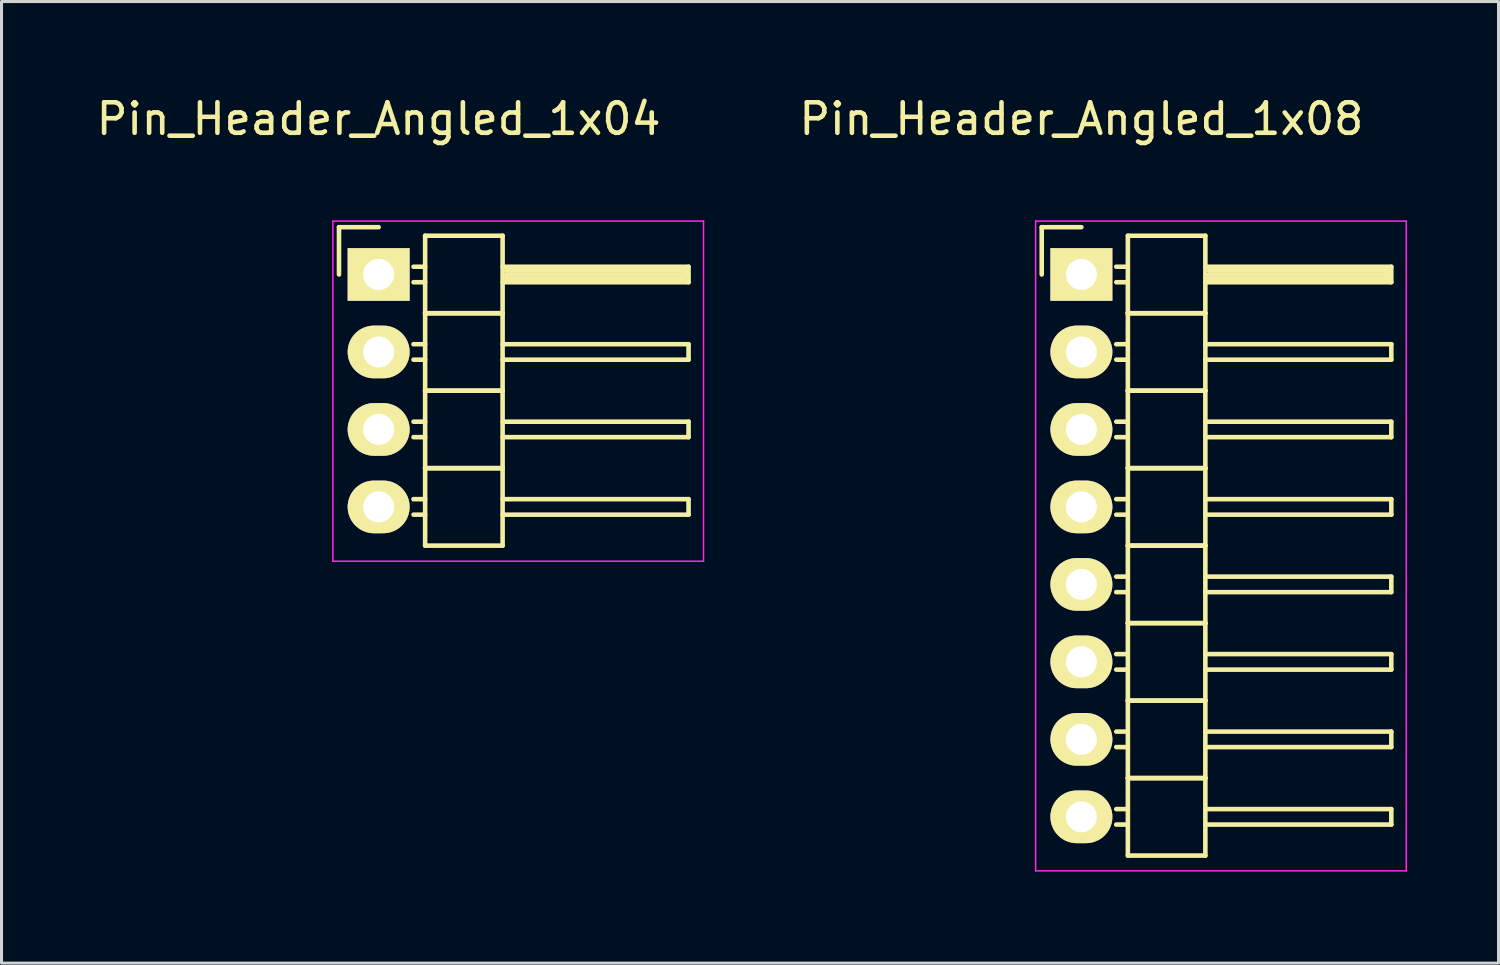
<source format=kicad_pcb>
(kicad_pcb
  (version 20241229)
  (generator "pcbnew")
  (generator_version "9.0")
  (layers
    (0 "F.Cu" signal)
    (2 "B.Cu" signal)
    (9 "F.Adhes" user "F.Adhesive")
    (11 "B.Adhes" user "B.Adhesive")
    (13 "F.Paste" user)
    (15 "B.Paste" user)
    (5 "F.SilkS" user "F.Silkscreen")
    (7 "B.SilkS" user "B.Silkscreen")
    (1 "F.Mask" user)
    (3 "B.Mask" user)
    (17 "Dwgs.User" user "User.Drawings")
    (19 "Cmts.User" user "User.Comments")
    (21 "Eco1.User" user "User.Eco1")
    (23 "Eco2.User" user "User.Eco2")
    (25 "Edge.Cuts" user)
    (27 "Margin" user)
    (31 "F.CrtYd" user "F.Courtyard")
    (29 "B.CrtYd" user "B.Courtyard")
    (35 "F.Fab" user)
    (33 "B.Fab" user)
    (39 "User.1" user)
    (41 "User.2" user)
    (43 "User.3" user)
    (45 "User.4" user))
  (footprint "Pin_Header_Angled_1x08"
    (layer "F.Cu")
    (at 32.401 5.948)
    (property "Reference" "Pin_Header_Angled_1x08" (at 0 -5.1 0) (layer "F.SilkS") (effects (font (size 1 1) (thickness 0.15))))
    (attr through_hole)
    (fp_line (start -1.3 -1.55) (end -1.3 0) (stroke (width 0.15) (type solid)) (layer "F.SilkS"))
    (fp_line (start 0 -1.55) (end -1.3 -1.55) (stroke (width 0.15) (type solid)) (layer "F.SilkS"))
    (fp_line (start 1.524 -1.27) (end 1.524 1.27) (stroke (width 0.15) (type solid)) (layer "F.SilkS"))
    (fp_line (start 1.524 -1.27) (end 4.064 -1.27) (stroke (width 0.15) (type solid)) (layer "F.SilkS"))
    (fp_line (start 1.524 -0.254) (end 1.143 -0.254) (stroke (width 0.15) (type solid)) (layer "F.SilkS"))
    (fp_line (start 1.524 0.254) (end 1.143 0.254) (stroke (width 0.15) (type solid)) (layer "F.SilkS"))
    (fp_line (start 1.524 1.27) (end 1.524 3.81) (stroke (width 0.15) (type solid)) (layer "F.SilkS"))
    (fp_line (start 1.524 1.27) (end 4.064 1.27) (stroke (width 0.15) (type solid)) (layer "F.SilkS"))
    (fp_line (start 1.524 1.27) (end 4.064 1.27) (stroke (width 0.15) (type solid)) (layer "F.SilkS"))
    (fp_line (start 1.524 2.286) (end 1.143 2.286) (stroke (width 0.15) (type solid)) (layer "F.SilkS"))
    (fp_line (start 1.524 2.794) (end 1.143 2.794) (stroke (width 0.15) (type solid)) (layer "F.SilkS"))
    (fp_line (start 1.524 3.81) (end 1.524 6.35) (stroke (width 0.15) (type solid)) (layer "F.SilkS"))
    (fp_line (start 1.524 3.81) (end 4.064 3.81) (stroke (width 0.15) (type solid)) (layer "F.SilkS"))
    (fp_line (start 1.524 3.81) (end 4.064 3.81) (stroke (width 0.15) (type solid)) (layer "F.SilkS"))
    (fp_line (start 1.524 4.826) (end 1.143 4.826) (stroke (width 0.15) (type solid)) (layer "F.SilkS"))
    (fp_line (start 1.524 5.334) (end 1.143 5.334) (stroke (width 0.15) (type solid)) (layer "F.SilkS"))
    (fp_line (start 1.524 6.35) (end 1.524 8.89) (stroke (width 0.15) (type solid)) (layer "F.SilkS"))
    (fp_line (start 1.524 6.35) (end 4.064 6.35) (stroke (width 0.15) (type solid)) (layer "F.SilkS"))
    (fp_line (start 1.524 6.35) (end 4.064 6.35) (stroke (width 0.15) (type solid)) (layer "F.SilkS"))
    (fp_line (start 1.524 7.366) (end 1.143 7.366) (stroke (width 0.15) (type solid)) (layer "F.SilkS"))
    (fp_line (start 1.524 7.874) (end 1.143 7.874) (stroke (width 0.15) (type solid)) (layer "F.SilkS"))
    (fp_line (start 1.524 8.89) (end 1.524 11.43) (stroke (width 0.15) (type solid)) (layer "F.SilkS"))
    (fp_line (start 1.524 8.89) (end 4.064 8.89) (stroke (width 0.15) (type solid)) (layer "F.SilkS"))
    (fp_line (start 1.524 8.89) (end 4.064 8.89) (stroke (width 0.15) (type solid)) (layer "F.SilkS"))
    (fp_line (start 1.524 9.906) (end 1.143 9.906) (stroke (width 0.15) (type solid)) (layer "F.SilkS"))
    (fp_line (start 1.524 10.414) (end 1.143 10.414) (stroke (width 0.15) (type solid)) (layer "F.SilkS"))
    (fp_line (start 1.524 11.43) (end 1.524 13.97) (stroke (width 0.15) (type solid)) (layer "F.SilkS"))
    (fp_line (start 1.524 11.43) (end 4.064 11.43) (stroke (width 0.15) (type solid)) (layer "F.SilkS"))
    (fp_line (start 1.524 11.43) (end 4.064 11.43) (stroke (width 0.15) (type solid)) (layer "F.SilkS"))
    (fp_line (start 1.524 12.446) (end 1.143 12.446) (stroke (width 0.15) (type solid)) (layer "F.SilkS"))
    (fp_line (start 1.524 12.954) (end 1.143 12.954) (stroke (width 0.15) (type solid)) (layer "F.SilkS"))
    (fp_line (start 1.524 13.97) (end 1.524 16.51) (stroke (width 0.15) (type solid)) (layer "F.SilkS"))
    (fp_line (start 1.524 13.97) (end 4.064 13.97) (stroke (width 0.15) (type solid)) (layer "F.SilkS"))
    (fp_line (start 1.524 13.97) (end 4.064 13.97) (stroke (width 0.15) (type solid)) (layer "F.SilkS"))
    (fp_line (start 1.524 14.986) (end 1.143 14.986) (stroke (width 0.15) (type solid)) (layer "F.SilkS"))
    (fp_line (start 1.524 15.494) (end 1.143 15.494) (stroke (width 0.15) (type solid)) (layer "F.SilkS"))
    (fp_line (start 1.524 16.51) (end 1.524 19.05) (stroke (width 0.15) (type solid)) (layer "F.SilkS"))
    (fp_line (start 1.524 16.51) (end 4.064 16.51) (stroke (width 0.15) (type solid)) (layer "F.SilkS"))
    (fp_line (start 1.524 16.51) (end 4.064 16.51) (stroke (width 0.15) (type solid)) (layer "F.SilkS"))
    (fp_line (start 1.524 17.526) (end 1.143 17.526) (stroke (width 0.15) (type solid)) (layer "F.SilkS"))
    (fp_line (start 1.524 18.034) (end 1.143 18.034) (stroke (width 0.15) (type solid)) (layer "F.SilkS"))
    (fp_line (start 1.524 19.05) (end 4.064 19.05) (stroke (width 0.15) (type solid)) (layer "F.SilkS"))
    (fp_line (start 4.064 -0.254) (end 10.16 -0.254) (stroke (width 0.15) (type solid)) (layer "F.SilkS"))
    (fp_line (start 4.064 1.27) (end 4.064 -1.27) (stroke (width 0.15) (type solid)) (layer "F.SilkS"))
    (fp_line (start 4.064 2.286) (end 10.16 2.286) (stroke (width 0.15) (type solid)) (layer "F.SilkS"))
    (fp_line (start 4.064 3.81) (end 4.064 1.27) (stroke (width 0.15) (type solid)) (layer "F.SilkS"))
    (fp_line (start 4.064 4.826) (end 10.16 4.826) (stroke (width 0.15) (type solid)) (layer "F.SilkS"))
    (fp_line (start 4.064 6.35) (end 4.064 3.81) (stroke (width 0.15) (type solid)) (layer "F.SilkS"))
    (fp_line (start 4.064 7.366) (end 10.16 7.366) (stroke (width 0.15) (type solid)) (layer "F.SilkS"))
    (fp_line (start 4.064 8.89) (end 4.064 6.35) (stroke (width 0.15) (type solid)) (layer "F.SilkS"))
    (fp_line (start 4.064 9.906) (end 10.16 9.906) (stroke (width 0.15) (type solid)) (layer "F.SilkS"))
    (fp_line (start 4.064 11.43) (end 4.064 8.89) (stroke (width 0.15) (type solid)) (layer "F.SilkS"))
    (fp_line (start 4.064 12.446) (end 10.16 12.446) (stroke (width 0.15) (type solid)) (layer "F.SilkS"))
    (fp_line (start 4.064 13.97) (end 4.064 11.43) (stroke (width 0.15) (type solid)) (layer "F.SilkS"))
    (fp_line (start 4.064 14.986) (end 10.16 14.986) (stroke (width 0.15) (type solid)) (layer "F.SilkS"))
    (fp_line (start 4.064 16.51) (end 4.064 13.97) (stroke (width 0.15) (type solid)) (layer "F.SilkS"))
    (fp_line (start 4.064 17.526) (end 10.16 17.526) (stroke (width 0.15) (type solid)) (layer "F.SilkS"))
    (fp_line (start 4.064 19.05) (end 4.064 16.51) (stroke (width 0.15) (type solid)) (layer "F.SilkS"))
    (fp_line (start 4.191 -0.127) (end 10.033 -0.127) (stroke (width 0.15) (type solid)) (layer "F.SilkS"))
    (fp_line (start 4.191 0) (end 10.033 0) (stroke (width 0.15) (type solid)) (layer "F.SilkS"))
    (fp_line (start 4.191 0.127) (end 4.191 0) (stroke (width 0.15) (type solid)) (layer "F.SilkS"))
    (fp_line (start 10.033 -0.127) (end 10.033 0.127) (stroke (width 0.15) (type solid)) (layer "F.SilkS"))
    (fp_line (start 10.033 0.127) (end 4.191 0.127) (stroke (width 0.15) (type solid)) (layer "F.SilkS"))
    (fp_line (start 10.16 -0.254) (end 10.16 0.254) (stroke (width 0.15) (type solid)) (layer "F.SilkS"))
    (fp_line (start 10.16 0.254) (end 4.064 0.254) (stroke (width 0.15) (type solid)) (layer "F.SilkS"))
    (fp_line (start 10.16 2.286) (end 10.16 2.794) (stroke (width 0.15) (type solid)) (layer "F.SilkS"))
    (fp_line (start 10.16 2.794) (end 4.064 2.794) (stroke (width 0.15) (type solid)) (layer "F.SilkS"))
    (fp_line (start 10.16 4.826) (end 10.16 5.334) (stroke (width 0.15) (type solid)) (layer "F.SilkS"))
    (fp_line (start 10.16 5.334) (end 4.064 5.334) (stroke (width 0.15) (type solid)) (layer "F.SilkS"))
    (fp_line (start 10.16 7.366) (end 10.16 7.874) (stroke (width 0.15) (type solid)) (layer "F.SilkS"))
    (fp_line (start 10.16 7.874) (end 4.064 7.874) (stroke (width 0.15) (type solid)) (layer "F.SilkS"))
    (fp_line (start 10.16 9.906) (end 10.16 10.414) (stroke (width 0.15) (type solid)) (layer "F.SilkS"))
    (fp_line (start 10.16 10.414) (end 4.064 10.414) (stroke (width 0.15) (type solid)) (layer "F.SilkS"))
    (fp_line (start 10.16 12.446) (end 10.16 12.954) (stroke (width 0.15) (type solid)) (layer "F.SilkS"))
    (fp_line (start 10.16 12.954) (end 4.064 12.954) (stroke (width 0.15) (type solid)) (layer "F.SilkS"))
    (fp_line (start 10.16 14.986) (end 10.16 15.494) (stroke (width 0.15) (type solid)) (layer "F.SilkS"))
    (fp_line (start 10.16 15.494) (end 4.064 15.494) (stroke (width 0.15) (type solid)) (layer "F.SilkS"))
    (fp_line (start 10.16 17.526) (end 10.16 18.034) (stroke (width 0.15) (type solid)) (layer "F.SilkS"))
    (fp_line (start 10.16 18.034) (end 4.064 18.034) (stroke (width 0.15) (type solid)) (layer "F.SilkS"))
    (fp_line (start -1.5 -1.75) (end -1.5 19.55) (stroke (width 0.05) (type solid)) (layer "F.CrtYd"))
    (fp_line (start -1.5 -1.75) (end 10.65 -1.75) (stroke (width 0.05) (type solid)) (layer "F.CrtYd"))
    (fp_line (start -1.5 19.55) (end 10.65 19.55) (stroke (width 0.05) (type solid)) (layer "F.CrtYd"))
    (fp_line (start 10.65 -1.75) (end 10.65 19.55) (stroke (width 0.05) (type solid)) (layer "F.CrtYd"))
    (pad "1" thru_hole rect (at 0 0) (size 2.032 1.727) (drill 1.016) (layers "*.Cu" "*.Mask" "F.SilkS"))
    (pad "2" thru_hole oval (at 0 2.54) (size 2.032 1.727) (drill 1.016) (layers "*.Cu" "*.Mask" "F.SilkS"))
    (pad "3" thru_hole oval (at 0 5.08) (size 2.032 1.727) (drill 1.016) (layers "*.Cu" "*.Mask" "F.SilkS"))
    (pad "4" thru_hole oval (at 0 7.62) (size 2.032 1.727) (drill 1.016) (layers "*.Cu" "*.Mask" "F.SilkS"))
    (pad "5" thru_hole oval (at 0 10.16) (size 2.032 1.727) (drill 1.016) (layers "*.Cu" "*.Mask" "F.SilkS"))
    (pad "6" thru_hole oval (at 0 12.7) (size 2.032 1.727) (drill 1.016) (layers "*.Cu" "*.Mask" "F.SilkS"))
    (pad "7" thru_hole oval (at 0 15.24) (size 2.032 1.727) (drill 1.016) (layers "*.Cu" "*.Mask" "F.SilkS"))
    (pad "8" thru_hole oval (at 0 17.78) (size 2.032 1.727) (drill 1.016) (layers "*.Cu" "*.Mask" "F.SilkS")))
  (footprint "Pin_Header_Angled_1x04"
    (layer "F.Cu")
    (at 9.363 5.948)
    (property "Reference" "Pin_Header_Angled_1x04" (at 0 -5.1 0) (layer "F.SilkS") (effects (font (size 1 1) (thickness 0.15))))
    (attr through_hole)
    (fp_line (start -1.3 -1.55) (end -1.3 0) (stroke (width 0.15) (type solid)) (layer "F.SilkS"))
    (fp_line (start 0 -1.55) (end -1.3 -1.55) (stroke (width 0.15) (type solid)) (layer "F.SilkS"))
    (fp_line (start 1.524 -1.27) (end 1.524 1.27) (stroke (width 0.15) (type solid)) (layer "F.SilkS"))
    (fp_line (start 1.524 -1.27) (end 4.064 -1.27) (stroke (width 0.15) (type solid)) (layer "F.SilkS"))
    (fp_line (start 1.524 -0.254) (end 1.143 -0.254) (stroke (width 0.15) (type solid)) (layer "F.SilkS"))
    (fp_line (start 1.524 0.254) (end 1.143 0.254) (stroke (width 0.15) (type solid)) (layer "F.SilkS"))
    (fp_line (start 1.524 1.27) (end 1.524 3.81) (stroke (width 0.15) (type solid)) (layer "F.SilkS"))
    (fp_line (start 1.524 1.27) (end 4.064 1.27) (stroke (width 0.15) (type solid)) (layer "F.SilkS"))
    (fp_line (start 1.524 1.27) (end 4.064 1.27) (stroke (width 0.15) (type solid)) (layer "F.SilkS"))
    (fp_line (start 1.524 2.286) (end 1.143 2.286) (stroke (width 0.15) (type solid)) (layer "F.SilkS"))
    (fp_line (start 1.524 2.794) (end 1.143 2.794) (stroke (width 0.15) (type solid)) (layer "F.SilkS"))
    (fp_line (start 1.524 3.81) (end 1.524 6.35) (stroke (width 0.15) (type solid)) (layer "F.SilkS"))
    (fp_line (start 1.524 3.81) (end 4.064 3.81) (stroke (width 0.15) (type solid)) (layer "F.SilkS"))
    (fp_line (start 1.524 3.81) (end 4.064 3.81) (stroke (width 0.15) (type solid)) (layer "F.SilkS"))
    (fp_line (start 1.524 4.826) (end 1.143 4.826) (stroke (width 0.15) (type solid)) (layer "F.SilkS"))
    (fp_line (start 1.524 5.334) (end 1.143 5.334) (stroke (width 0.15) (type solid)) (layer "F.SilkS"))
    (fp_line (start 1.524 6.35) (end 1.524 8.89) (stroke (width 0.15) (type solid)) (layer "F.SilkS"))
    (fp_line (start 1.524 6.35) (end 4.064 6.35) (stroke (width 0.15) (type solid)) (layer "F.SilkS"))
    (fp_line (start 1.524 6.35) (end 4.064 6.35) (stroke (width 0.15) (type solid)) (layer "F.SilkS"))
    (fp_line (start 1.524 7.366) (end 1.143 7.366) (stroke (width 0.15) (type solid)) (layer "F.SilkS"))
    (fp_line (start 1.524 7.874) (end 1.143 7.874) (stroke (width 0.15) (type solid)) (layer "F.SilkS"))
    (fp_line (start 1.524 8.89) (end 4.064 8.89) (stroke (width 0.15) (type solid)) (layer "F.SilkS"))
    (fp_line (start 4.064 -0.254) (end 10.16 -0.254) (stroke (width 0.15) (type solid)) (layer "F.SilkS"))
    (fp_line (start 4.064 1.27) (end 4.064 -1.27) (stroke (width 0.15) (type solid)) (layer "F.SilkS"))
    (fp_line (start 4.064 2.286) (end 10.16 2.286) (stroke (width 0.15) (type solid)) (layer "F.SilkS"))
    (fp_line (start 4.064 3.81) (end 4.064 1.27) (stroke (width 0.15) (type solid)) (layer "F.SilkS"))
    (fp_line (start 4.064 4.826) (end 10.16 4.826) (stroke (width 0.15) (type solid)) (layer "F.SilkS"))
    (fp_line (start 4.064 6.35) (end 4.064 3.81) (stroke (width 0.15) (type solid)) (layer "F.SilkS"))
    (fp_line (start 4.064 7.366) (end 10.16 7.366) (stroke (width 0.15) (type solid)) (layer "F.SilkS"))
    (fp_line (start 4.064 8.89) (end 4.064 6.35) (stroke (width 0.15) (type solid)) (layer "F.SilkS"))
    (fp_line (start 4.191 -0.127) (end 10.033 -0.127) (stroke (width 0.15) (type solid)) (layer "F.SilkS"))
    (fp_line (start 4.191 0) (end 10.033 0) (stroke (width 0.15) (type solid)) (layer "F.SilkS"))
    (fp_line (start 4.191 0.127) (end 4.191 0) (stroke (width 0.15) (type solid)) (layer "F.SilkS"))
    (fp_line (start 10.033 -0.127) (end 10.033 0.127) (stroke (width 0.15) (type solid)) (layer "F.SilkS"))
    (fp_line (start 10.033 0.127) (end 4.191 0.127) (stroke (width 0.15) (type solid)) (layer "F.SilkS"))
    (fp_line (start 10.16 -0.254) (end 10.16 0.254) (stroke (width 0.15) (type solid)) (layer "F.SilkS"))
    (fp_line (start 10.16 0.254) (end 4.064 0.254) (stroke (width 0.15) (type solid)) (layer "F.SilkS"))
    (fp_line (start 10.16 2.286) (end 10.16 2.794) (stroke (width 0.15) (type solid)) (layer "F.SilkS"))
    (fp_line (start 10.16 2.794) (end 4.064 2.794) (stroke (width 0.15) (type solid)) (layer "F.SilkS"))
    (fp_line (start 10.16 4.826) (end 10.16 5.334) (stroke (width 0.15) (type solid)) (layer "F.SilkS"))
    (fp_line (start 10.16 5.334) (end 4.064 5.334) (stroke (width 0.15) (type solid)) (layer "F.SilkS"))
    (fp_line (start 10.16 7.366) (end 10.16 7.874) (stroke (width 0.15) (type solid)) (layer "F.SilkS"))
    (fp_line (start 10.16 7.874) (end 4.064 7.874) (stroke (width 0.15) (type solid)) (layer "F.SilkS"))
    (fp_line (start -1.5 -1.75) (end -1.5 9.4) (stroke (width 0.05) (type solid)) (layer "F.CrtYd"))
    (fp_line (start -1.5 -1.75) (end 10.65 -1.75) (stroke (width 0.05) (type solid)) (layer "F.CrtYd"))
    (fp_line (start -1.5 9.4) (end 10.65 9.4) (stroke (width 0.05) (type solid)) (layer "F.CrtYd"))
    (fp_line (start 10.65 -1.75) (end 10.65 9.4) (stroke (width 0.05) (type solid)) (layer "F.CrtYd"))
    (pad "1" thru_hole rect (at 0 0) (size 2.032 1.727) (drill 1.016) (layers "*.Cu" "*.Mask" "F.SilkS"))
    (pad "2" thru_hole oval (at 0 2.54) (size 2.032 1.727) (drill 1.016) (layers "*.Cu" "*.Mask" "F.SilkS"))
    (pad "3" thru_hole oval (at 0 5.08) (size 2.032 1.727) (drill 1.016) (layers "*.Cu" "*.Mask" "F.SilkS"))
    (pad "4" thru_hole oval (at 0 7.62) (size 2.032 1.727) (drill 1.016) (layers "*.Cu" "*.Mask" "F.SilkS")))
  (gr_rect
    (start -3 -3)
    (end 46.076 28.523)
    (stroke (width 0.1) (type default))
    (fill no)
    (layer "Edge.Cuts")))
</source>
